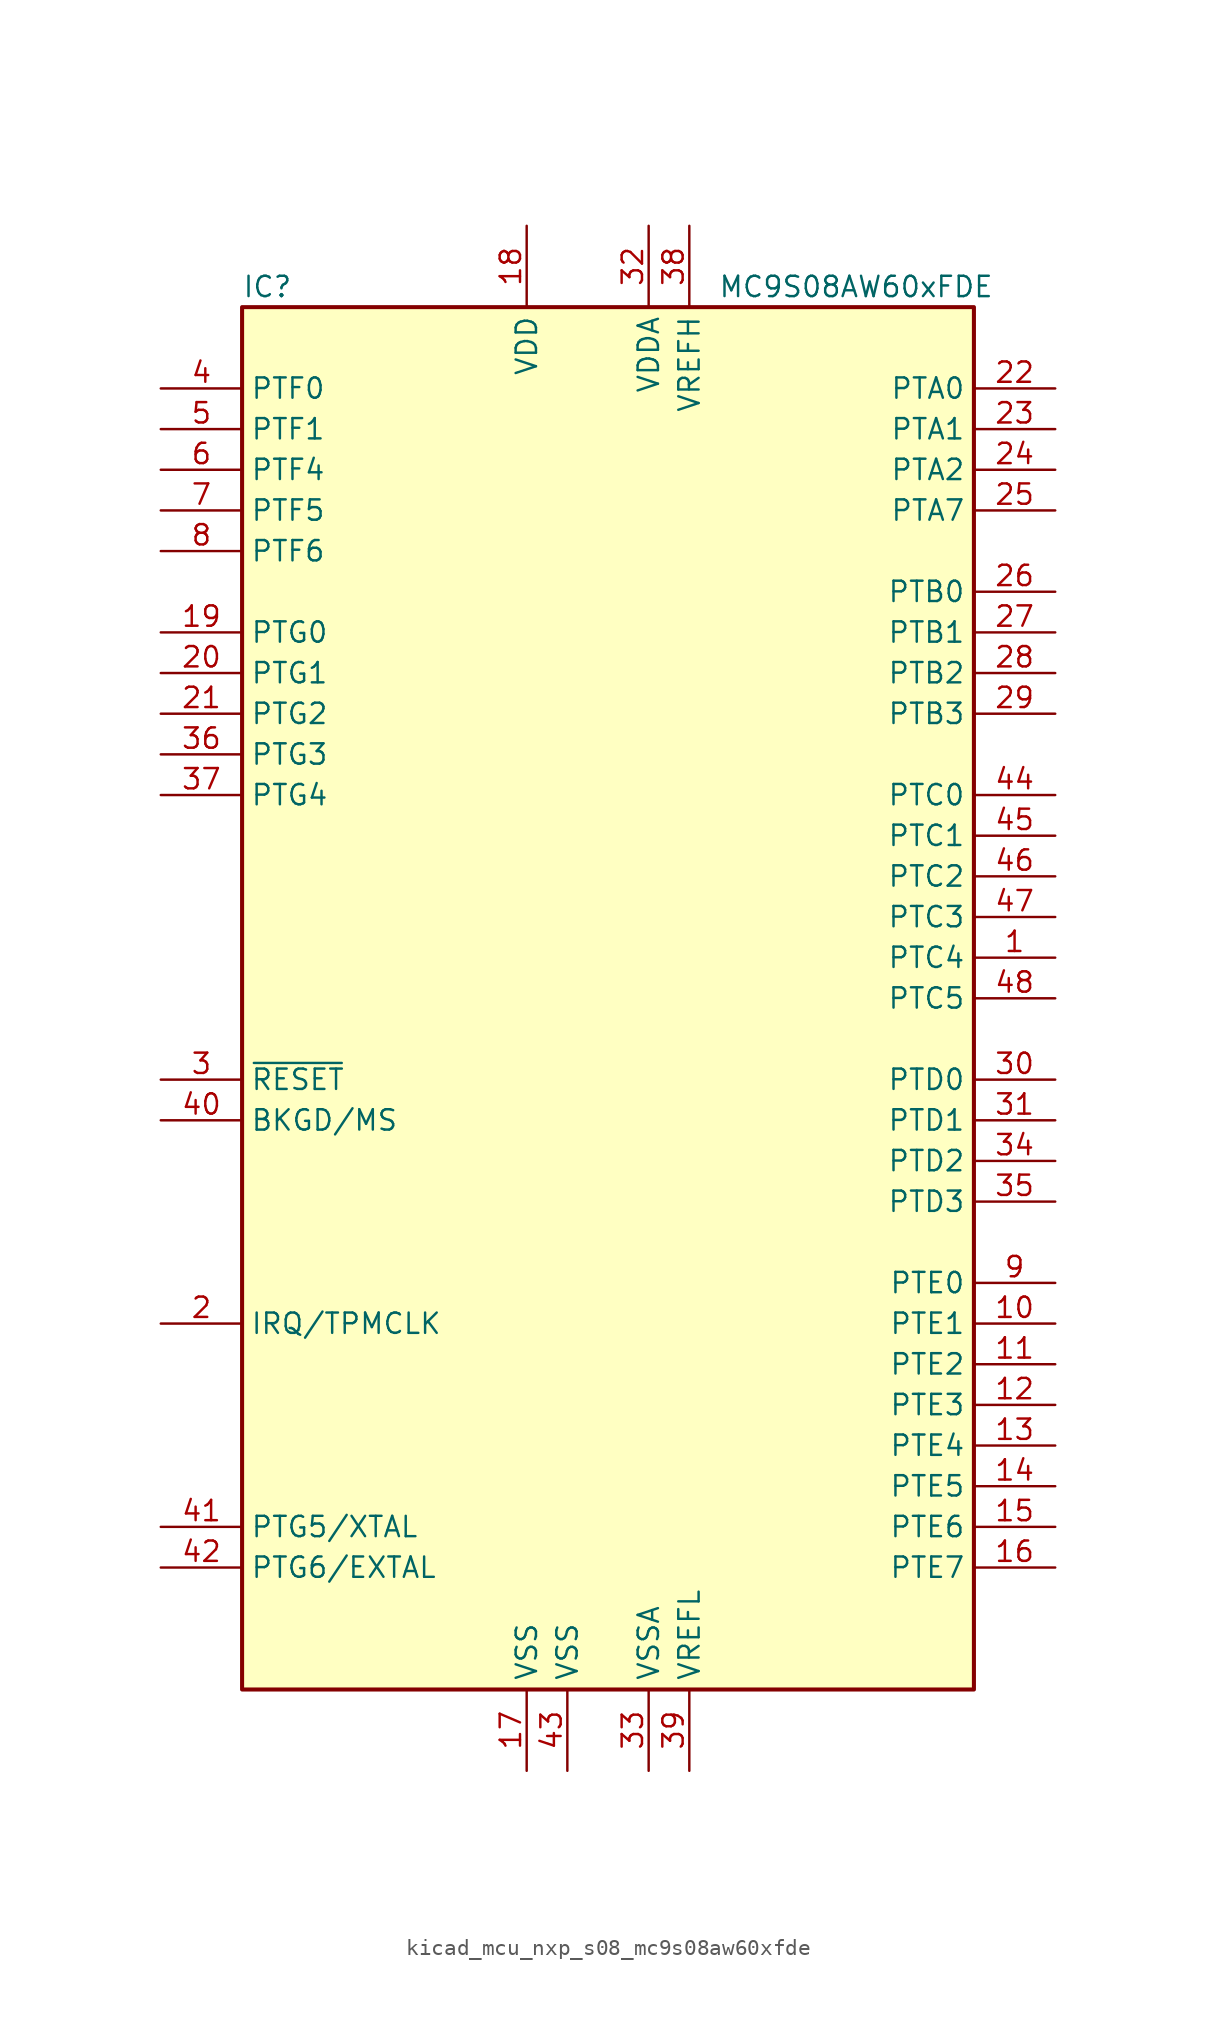
<source format=kicad_sym>
(kicad_symbol_lib
  (version 20220914)
  (generator kicad_symbol_editor)
  (symbol "kicad_mcu_nxp_s08_mc9s08aw60xfde"
    (property "Reference" "IC"
      (at -22.86 44.45 0)
      (effects (font (size 1.27 1.27)) (justify left)))
    (property "Value" "MC9S08AW60xFDE"
      (at 24.13 44.45 0)
      (effects (font (size 1.27 1.27)) (justify right)))
    (symbol "kicad_mcu_nxp_s08_mc9s08aw60xfde_0_1"
      (rectangle (start -22.86 43.18) (end 22.86 -43.18) (stroke (width 0.254) (type default)) (fill (type background))))
    (symbol "kicad_mcu_nxp_s08_mc9s08aw60xfde_1_1"
      (pin bidirectional line (at 27.94 2.54 180) (length 5.08) (name "PTC4" (effects (font (size 1.27 1.27)))) (number "1" (effects (font (size 1.27 1.27)))))
      (pin bidirectional line (at 27.94 -20.32 180) (length 5.08) (name "PTE1" (effects (font (size 1.27 1.27)))) (number "10" (effects (font (size 1.27 1.27)))))
      (pin bidirectional line (at 27.94 -22.86 180) (length 5.08) (name "PTE2" (effects (font (size 1.27 1.27)))) (number "11" (effects (font (size 1.27 1.27)))))
      (pin bidirectional line (at 27.94 -25.4 180) (length 5.08) (name "PTE3" (effects (font (size 1.27 1.27)))) (number "12" (effects (font (size 1.27 1.27)))))
      (pin bidirectional line (at 27.94 -27.94 180) (length 5.08) (name "PTE4" (effects (font (size 1.27 1.27)))) (number "13" (effects (font (size 1.27 1.27)))))
      (pin bidirectional line (at 27.94 -30.48 180) (length 5.08) (name "PTE5" (effects (font (size 1.27 1.27)))) (number "14" (effects (font (size 1.27 1.27)))))
      (pin bidirectional line (at 27.94 -33.02 180) (length 5.08) (name "PTE6" (effects (font (size 1.27 1.27)))) (number "15" (effects (font (size 1.27 1.27)))))
      (pin bidirectional line (at 27.94 -35.56 180) (length 5.08) (name "PTE7" (effects (font (size 1.27 1.27)))) (number "16" (effects (font (size 1.27 1.27)))))
      (pin power_in line (at -5.08 -48.26 90) (length 5.08) (name "VSS" (effects (font (size 1.27 1.27)))) (number "17" (effects (font (size 1.27 1.27)))))
      (pin power_in line (at -5.08 48.26 270) (length 5.08) (name "VDD" (effects (font (size 1.27 1.27)))) (number "18" (effects (font (size 1.27 1.27)))))
      (pin bidirectional line (at -27.94 22.86 0) (length 5.08) (name "PTG0" (effects (font (size 1.27 1.27)))) (number "19" (effects (font (size 1.27 1.27)))))
      (pin input line (at -27.94 -20.32 0) (length 5.08) (name "IRQ/TPMCLK" (effects (font (size 1.27 1.27)))) (number "2" (effects (font (size 1.27 1.27)))))
      (pin bidirectional line (at -27.94 20.32 0) (length 5.08) (name "PTG1" (effects (font (size 1.27 1.27)))) (number "20" (effects (font (size 1.27 1.27)))))
      (pin bidirectional line (at -27.94 17.78 0) (length 5.08) (name "PTG2" (effects (font (size 1.27 1.27)))) (number "21" (effects (font (size 1.27 1.27)))))
      (pin bidirectional line (at 27.94 38.1 180) (length 5.08) (name "PTA0" (effects (font (size 1.27 1.27)))) (number "22" (effects (font (size 1.27 1.27)))))
      (pin bidirectional line (at 27.94 35.56 180) (length 5.08) (name "PTA1" (effects (font (size 1.27 1.27)))) (number "23" (effects (font (size 1.27 1.27)))))
      (pin bidirectional line (at 27.94 33.02 180) (length 5.08) (name "PTA2" (effects (font (size 1.27 1.27)))) (number "24" (effects (font (size 1.27 1.27)))))
      (pin bidirectional line (at 27.94 30.48 180) (length 5.08) (name "PTA7" (effects (font (size 1.27 1.27)))) (number "25" (effects (font (size 1.27 1.27)))))
      (pin bidirectional line (at 27.94 25.4 180) (length 5.08) (name "PTB0" (effects (font (size 1.27 1.27)))) (number "26" (effects (font (size 1.27 1.27)))))
      (pin bidirectional line (at 27.94 22.86 180) (length 5.08) (name "PTB1" (effects (font (size 1.27 1.27)))) (number "27" (effects (font (size 1.27 1.27)))))
      (pin bidirectional line (at 27.94 20.32 180) (length 5.08) (name "PTB2" (effects (font (size 1.27 1.27)))) (number "28" (effects (font (size 1.27 1.27)))))
      (pin bidirectional line (at 27.94 17.78 180) (length 5.08) (name "PTB3" (effects (font (size 1.27 1.27)))) (number "29" (effects (font (size 1.27 1.27)))))
      (pin input line (at -27.94 -5.08 0) (length 5.08) (name "~{RESET}" (effects (font (size 1.27 1.27)))) (number "3" (effects (font (size 1.27 1.27)))))
      (pin bidirectional line (at 27.94 -5.08 180) (length 5.08) (name "PTD0" (effects (font (size 1.27 1.27)))) (number "30" (effects (font (size 1.27 1.27)))))
      (pin bidirectional line (at 27.94 -7.62 180) (length 5.08) (name "PTD1" (effects (font (size 1.27 1.27)))) (number "31" (effects (font (size 1.27 1.27)))))
      (pin power_in line (at 2.54 48.26 270) (length 5.08) (name "VDDA" (effects (font (size 1.27 1.27)))) (number "32" (effects (font (size 1.27 1.27)))))
      (pin power_in line (at 2.54 -48.26 90) (length 5.08) (name "VSSA" (effects (font (size 1.27 1.27)))) (number "33" (effects (font (size 1.27 1.27)))))
      (pin bidirectional line (at 27.94 -10.16 180) (length 5.08) (name "PTD2" (effects (font (size 1.27 1.27)))) (number "34" (effects (font (size 1.27 1.27)))))
      (pin bidirectional line (at 27.94 -12.7 180) (length 5.08) (name "PTD3" (effects (font (size 1.27 1.27)))) (number "35" (effects (font (size 1.27 1.27)))))
      (pin bidirectional line (at -27.94 15.24 0) (length 5.08) (name "PTG3" (effects (font (size 1.27 1.27)))) (number "36" (effects (font (size 1.27 1.27)))))
      (pin bidirectional line (at -27.94 12.7 0) (length 5.08) (name "PTG4" (effects (font (size 1.27 1.27)))) (number "37" (effects (font (size 1.27 1.27)))))
      (pin power_in line (at 5.08 48.26 270) (length 5.08) (name "VREFH" (effects (font (size 1.27 1.27)))) (number "38" (effects (font (size 1.27 1.27)))))
      (pin power_in line (at 5.08 -48.26 90) (length 5.08) (name "VREFL" (effects (font (size 1.27 1.27)))) (number "39" (effects (font (size 1.27 1.27)))))
      (pin bidirectional line (at -27.94 38.1 0) (length 5.08) (name "PTF0" (effects (font (size 1.27 1.27)))) (number "4" (effects (font (size 1.27 1.27)))))
      (pin bidirectional line (at -27.94 -7.62 0) (length 5.08) (name "BKGD/MS" (effects (font (size 1.27 1.27)))) (number "40" (effects (font (size 1.27 1.27)))))
      (pin bidirectional line (at -27.94 -33.02 0) (length 5.08) (name "PTG5/XTAL" (effects (font (size 1.27 1.27)))) (number "41" (effects (font (size 1.27 1.27)))))
      (pin bidirectional line (at -27.94 -35.56 0) (length 5.08) (name "PTG6/EXTAL" (effects (font (size 1.27 1.27)))) (number "42" (effects (font (size 1.27 1.27)))))
      (pin power_in line (at -2.54 -48.26 90) (length 5.08) (name "VSS" (effects (font (size 1.27 1.27)))) (number "43" (effects (font (size 1.27 1.27)))))
      (pin bidirectional line (at 27.94 12.7 180) (length 5.08) (name "PTC0" (effects (font (size 1.27 1.27)))) (number "44" (effects (font (size 1.27 1.27)))))
      (pin bidirectional line (at 27.94 10.16 180) (length 5.08) (name "PTC1" (effects (font (size 1.27 1.27)))) (number "45" (effects (font (size 1.27 1.27)))))
      (pin bidirectional line (at 27.94 7.62 180) (length 5.08) (name "PTC2" (effects (font (size 1.27 1.27)))) (number "46" (effects (font (size 1.27 1.27)))))
      (pin bidirectional line (at 27.94 5.08 180) (length 5.08) (name "PTC3" (effects (font (size 1.27 1.27)))) (number "47" (effects (font (size 1.27 1.27)))))
      (pin bidirectional line (at 27.94 0 180) (length 5.08) (name "PTC5" (effects (font (size 1.27 1.27)))) (number "48" (effects (font (size 1.27 1.27)))))
      (pin bidirectional line (at -27.94 35.56 0) (length 5.08) (name "PTF1" (effects (font (size 1.27 1.27)))) (number "5" (effects (font (size 1.27 1.27)))))
      (pin bidirectional line (at -27.94 33.02 0) (length 5.08) (name "PTF4" (effects (font (size 1.27 1.27)))) (number "6" (effects (font (size 1.27 1.27)))))
      (pin bidirectional line (at -27.94 30.48 0) (length 5.08) (name "PTF5" (effects (font (size 1.27 1.27)))) (number "7" (effects (font (size 1.27 1.27)))))
      (pin bidirectional line (at -27.94 27.94 0) (length 5.08) (name "PTF6" (effects (font (size 1.27 1.27)))) (number "8" (effects (font (size 1.27 1.27)))))
      (pin bidirectional line (at 27.94 -17.78 180) (length 5.08) (name "PTE0" (effects (font (size 1.27 1.27)))) (number "9" (effects (font (size 1.27 1.27))))))))
</source>
